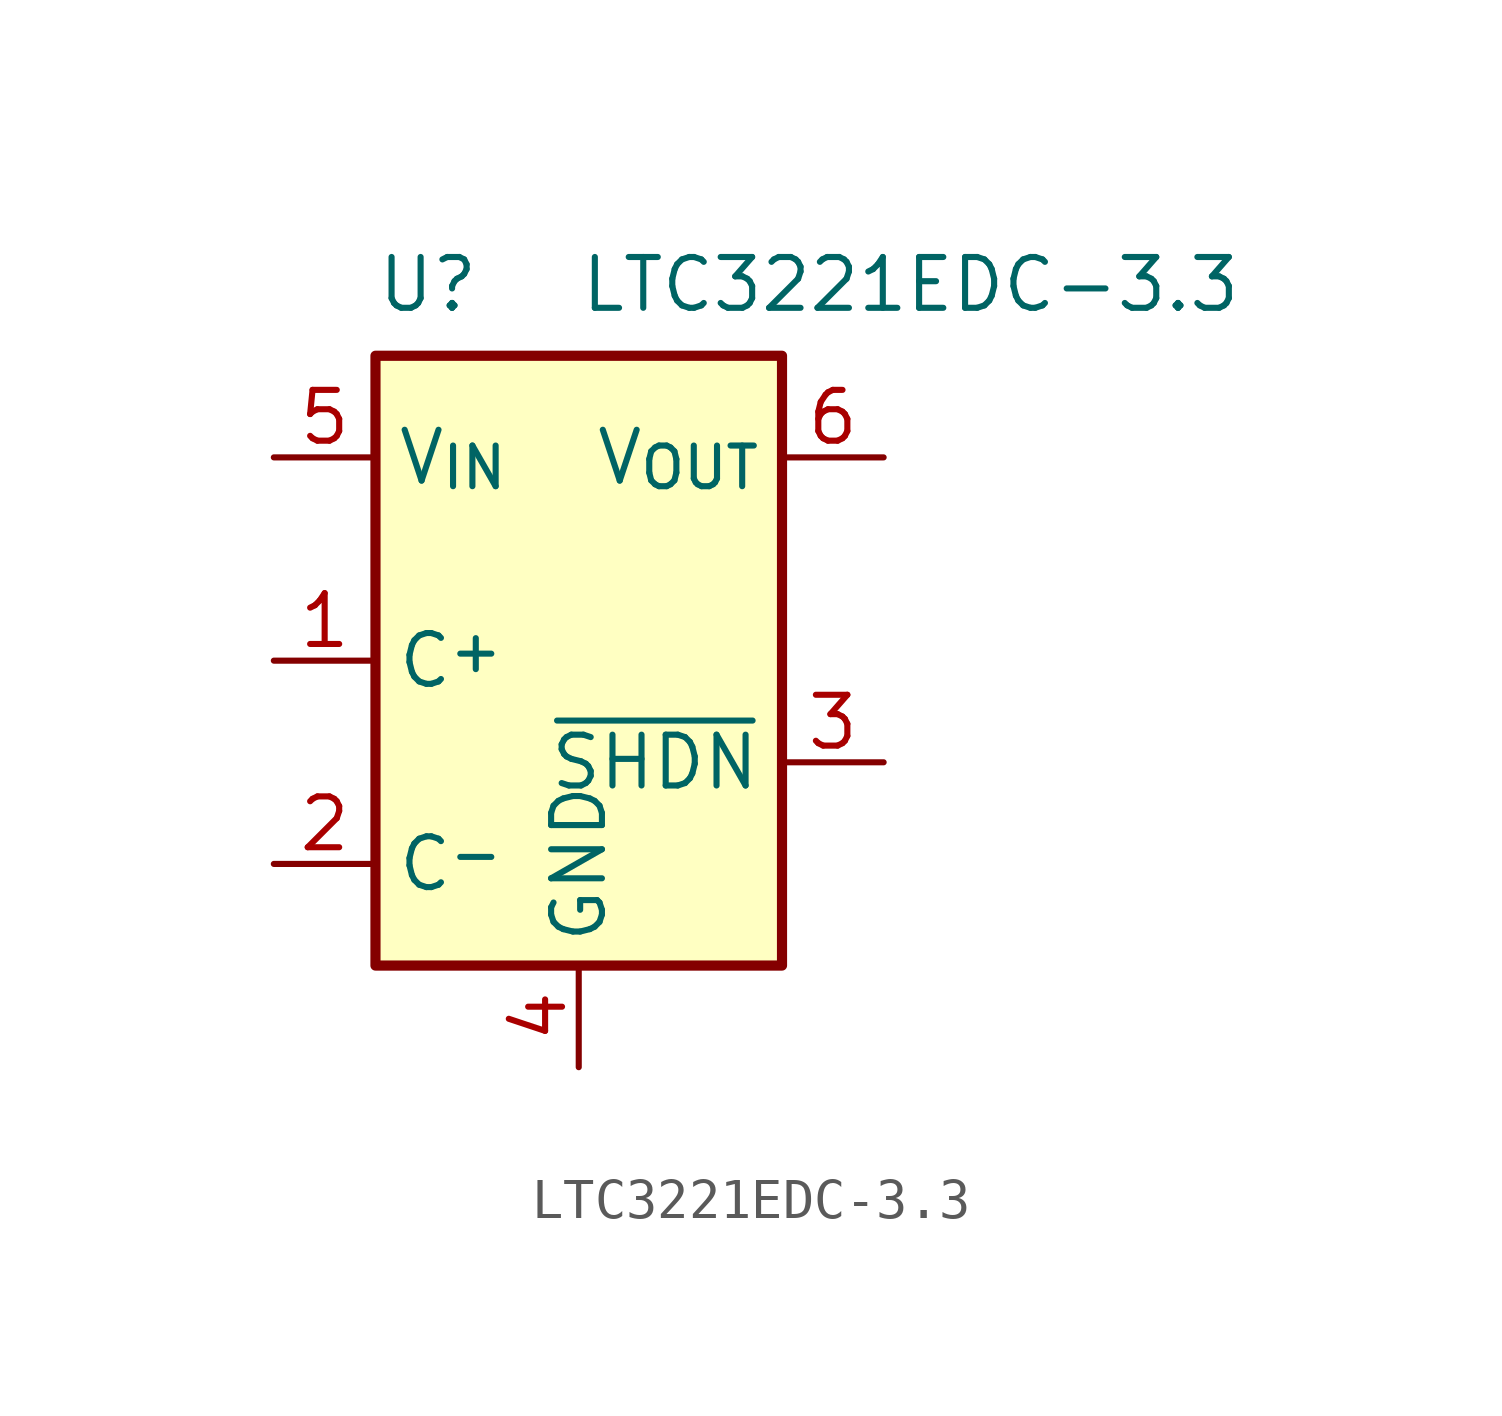
<source format=kicad_sym>
(kicad_symbol_lib
  (version 20241209)
  (generator "kicad_symbol_editor")
  (generator_version "9.0")
  (symbol "LTC3221EDC-3.3"
    (property "Reference" "U"
      (at -5.08 9.398 0)
      (effects (font (size 1.27 1.27)) (justify left)))
    (property "Value" "LTC3221EDC-3.3"
      (at 0 9.398 0)
      (effects (font (size 1.27 1.27)) (justify left)))
    (symbol "LTC3221EDC-3.3_1_1"
      (rectangle (start -5.08 7.62) (end 5.08 -7.62) (stroke (width 0.254) (type default)) (fill (type background)))
      (pin power_in line (at -7.62 5.08 0) (length 2.54) (name "V_{IN}" (effects (font (size 1.27 1.27)))) (number "5" (effects (font (size 1.27 1.27)))))
      (pin passive line (at -7.62 0 0) (length 2.54) (name "C^{+}" (effects (font (size 1.27 1.27)))) (number "1" (effects (font (size 1.27 1.27)))))
      (pin passive line (at -7.62 -5.08 0) (length 2.54) (name "C^{-}" (effects (font (size 1.27 1.27)))) (number "2" (effects (font (size 1.27 1.27)))))
      (pin power_in line (at 0 -10.16 90) (length 2.54) (name "GND" (effects (font (size 1.27 1.27)))) (number "4" (effects (font (size 1.27 1.27)))))
      (pin passive line (at 0 -10.16 90) (length 2.54) (hide yes) (name "GND" (effects (font (size 1.27 1.27)))) (number "7" (effects (font (size 1.27 1.27)))))
      (pin power_out line (at 7.62 5.08 180) (length 2.54) (name "V_{OUT}" (effects (font (size 1.27 1.27)))) (number "6" (effects (font (size 1.27 1.27)))))
      (pin input line (at 7.62 -2.54 180) (length 2.54) (name "~{SHDN}" (effects (font (size 1.27 1.27)))) (number "3" (effects (font (size 1.27 1.27))))))))
</source>
